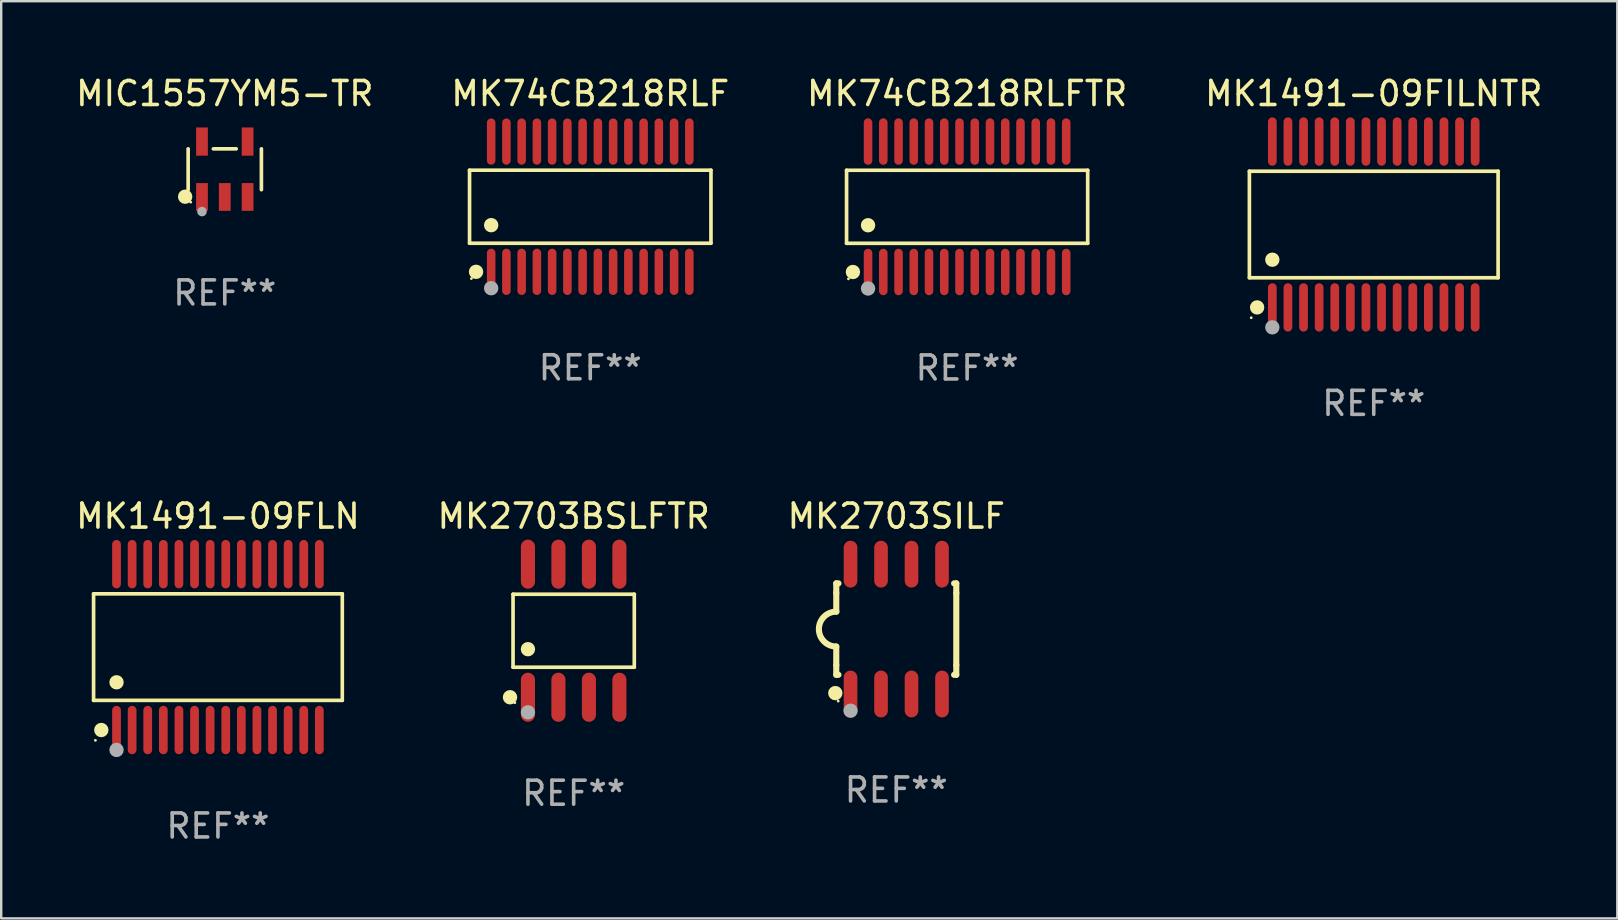
<source format=kicad_pcb>
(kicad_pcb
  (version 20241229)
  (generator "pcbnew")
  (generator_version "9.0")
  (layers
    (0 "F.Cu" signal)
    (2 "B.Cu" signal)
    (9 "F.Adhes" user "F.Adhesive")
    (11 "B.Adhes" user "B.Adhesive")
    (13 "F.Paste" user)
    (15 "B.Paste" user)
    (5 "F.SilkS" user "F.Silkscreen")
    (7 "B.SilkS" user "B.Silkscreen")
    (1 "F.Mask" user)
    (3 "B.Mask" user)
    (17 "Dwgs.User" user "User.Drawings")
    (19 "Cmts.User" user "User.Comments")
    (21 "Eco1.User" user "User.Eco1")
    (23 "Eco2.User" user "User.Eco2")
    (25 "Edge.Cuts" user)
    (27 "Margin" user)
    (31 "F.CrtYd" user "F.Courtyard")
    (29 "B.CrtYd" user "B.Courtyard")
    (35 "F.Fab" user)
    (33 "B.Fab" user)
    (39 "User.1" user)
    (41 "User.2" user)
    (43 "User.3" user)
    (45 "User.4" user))
  (footprint "MK74CB218RLFTR"
    (layer "F.Cu")
    (at 37.244 5.565)
    (property "Reference" "MK74CB218RLFTR" (at 0 -4.717 0) (layer "F.SilkS") (effects (font (size 1 1) (thickness 0.15))))
    (attr through_hole)
    (fp_line (start -5.023 -1.521) (end 5.023 -1.521) (stroke (width 0.152) (type solid)) (layer "F.SilkS"))
    (fp_line (start -5.023 1.521) (end -5.023 -1.521) (stroke (width 0.152) (type solid)) (layer "F.SilkS"))
    (fp_line (start 5.023 -1.521) (end 5.023 1.521) (stroke (width 0.152) (type solid)) (layer "F.SilkS"))
    (fp_line (start 5.023 1.521) (end -5.023 1.521) (stroke (width 0.152) (type solid)) (layer "F.SilkS"))
    (fp_circle (center -4.946 3.004) (end -4.916 3.004) (stroke (width 0.06) (type solid)) (fill no) (layer "F.SilkS"))
    (fp_circle (center -4.758 2.717) (end -4.608 2.717) (stroke (width 0.3) (type solid)) (fill no) (layer "F.SilkS"))
    (fp_circle (center -4.128 0.769) (end -3.977 0.769) (stroke (width 0.3) (type solid)) (fill no) (layer "F.SilkS"))
    (fp_circle (center -4.128 3.404) (end -3.977 3.404) (stroke (width 0.3) (type solid)) (fill no) (layer "F.Fab"))
    (fp_text user "REF**" (at 0 6.717 0) (layer "F.Fab") (effects (font (size 1 1) (thickness 0.15))))
    (pad "1" smd oval (at -4.128 2.717) (size 0.356 1.935) (layers "F.Cu" "F.Mask" "F.Paste"))
    (pad "2" smd oval (at -3.493 2.717) (size 0.356 1.935) (layers "F.Cu" "F.Mask" "F.Paste"))
    (pad "3" smd oval (at -2.858 2.717) (size 0.356 1.935) (layers "F.Cu" "F.Mask" "F.Paste"))
    (pad "4" smd oval (at -2.223 2.717) (size 0.356 1.935) (layers "F.Cu" "F.Mask" "F.Paste"))
    (pad "5" smd oval (at -1.588 2.717) (size 0.356 1.935) (layers "F.Cu" "F.Mask" "F.Paste"))
    (pad "6" smd oval (at -0.953 2.717) (size 0.356 1.935) (layers "F.Cu" "F.Mask" "F.Paste"))
    (pad "7" smd oval (at -0.318 2.717) (size 0.356 1.935) (layers "F.Cu" "F.Mask" "F.Paste"))
    (pad "8" smd oval (at 0.318 2.717) (size 0.356 1.935) (layers "F.Cu" "F.Mask" "F.Paste"))
    (pad "9" smd oval (at 0.953 2.717) (size 0.356 1.935) (layers "F.Cu" "F.Mask" "F.Paste"))
    (pad "10" smd oval (at 1.588 2.717) (size 0.356 1.935) (layers "F.Cu" "F.Mask" "F.Paste"))
    (pad "11" smd oval (at 2.223 2.717) (size 0.356 1.935) (layers "F.Cu" "F.Mask" "F.Paste"))
    (pad "12" smd oval (at 2.858 2.717) (size 0.356 1.935) (layers "F.Cu" "F.Mask" "F.Paste"))
    (pad "13" smd oval (at 3.493 2.717) (size 0.356 1.935) (layers "F.Cu" "F.Mask" "F.Paste"))
    (pad "14" smd oval (at 4.128 2.717) (size 0.356 1.935) (layers "F.Cu" "F.Mask" "F.Paste"))
    (pad "15" smd oval (at 4.128 -2.717) (size 0.356 1.935) (layers "F.Cu" "F.Mask" "F.Paste"))
    (pad "16" smd oval (at 3.493 -2.717) (size 0.356 1.935) (layers "F.Cu" "F.Mask" "F.Paste"))
    (pad "17" smd oval (at 2.858 -2.717) (size 0.356 1.935) (layers "F.Cu" "F.Mask" "F.Paste"))
    (pad "18" smd oval (at 2.223 -2.717) (size 0.356 1.935) (layers "F.Cu" "F.Mask" "F.Paste"))
    (pad "19" smd oval (at 1.588 -2.717) (size 0.356 1.935) (layers "F.Cu" "F.Mask" "F.Paste"))
    (pad "20" smd oval (at 0.953 -2.717) (size 0.356 1.935) (layers "F.Cu" "F.Mask" "F.Paste"))
    (pad "21" smd oval (at 0.318 -2.717) (size 0.356 1.935) (layers "F.Cu" "F.Mask" "F.Paste"))
    (pad "22" smd oval (at -0.318 -2.717) (size 0.356 1.935) (layers "F.Cu" "F.Mask" "F.Paste"))
    (pad "23" smd oval (at -0.953 -2.717) (size 0.356 1.935) (layers "F.Cu" "F.Mask" "F.Paste"))
    (pad "24" smd oval (at -1.588 -2.717) (size 0.356 1.935) (layers "F.Cu" "F.Mask" "F.Paste"))
    (pad "25" smd oval (at -2.223 -2.717) (size 0.356 1.935) (layers "F.Cu" "F.Mask" "F.Paste"))
    (pad "26" smd oval (at -2.858 -2.717) (size 0.356 1.935) (layers "F.Cu" "F.Mask" "F.Paste"))
    (pad "27" smd oval (at -3.493 -2.717) (size 0.356 1.935) (layers "F.Cu" "F.Mask" "F.Paste"))
    (pad "28" smd oval (at -4.128 -2.717) (size 0.356 1.935) (layers "F.Cu" "F.Mask" "F.Paste")))
  (footprint "MK1491-09FLN"
    (layer "F.Cu")
    (at 6.03 23.91)
    (property "Reference" "MK1491-09FLN" (at 0 -5.455 0) (layer "F.SilkS") (effects (font (size 1 1) (thickness 0.15))))
    (attr through_hole)
    (fp_line (start -5.181 -2.219) (end 5.181 -2.219) (stroke (width 0.152) (type solid)) (layer "F.SilkS"))
    (fp_line (start -5.181 2.219) (end -5.181 -2.219) (stroke (width 0.152) (type solid)) (layer "F.SilkS"))
    (fp_line (start 5.181 -2.219) (end 5.181 2.219) (stroke (width 0.152) (type solid)) (layer "F.SilkS"))
    (fp_line (start 5.181 2.219) (end -5.181 2.219) (stroke (width 0.152) (type solid)) (layer "F.SilkS"))
    (fp_circle (center -5.105 3.885) (end -5.075 3.885) (stroke (width 0.06) (type solid)) (fill no) (layer "F.SilkS"))
    (fp_circle (center -4.859 3.455) (end -4.709 3.455) (stroke (width 0.3) (type solid)) (fill no) (layer "F.SilkS"))
    (fp_circle (center -4.225 1.467) (end -4.075 1.467) (stroke (width 0.3) (type solid)) (fill no) (layer "F.SilkS"))
    (fp_circle (center -4.225 4.285) (end -4.075 4.285) (stroke (width 0.3) (type solid)) (fill no) (layer "F.Fab"))
    (fp_text user "REF**" (at 0 7.455 0) (layer "F.Fab") (effects (font (size 1 1) (thickness 0.15))))
    (pad "1" smd oval (at -4.225 3.455) (size 0.364 2.015) (layers "F.Cu" "F.Mask" "F.Paste"))
    (pad "2" smd oval (at -3.575 3.455) (size 0.364 2.015) (layers "F.Cu" "F.Mask" "F.Paste"))
    (pad "3" smd oval (at -2.925 3.455) (size 0.364 2.015) (layers "F.Cu" "F.Mask" "F.Paste"))
    (pad "4" smd oval (at -2.275 3.455) (size 0.364 2.015) (layers "F.Cu" "F.Mask" "F.Paste"))
    (pad "5" smd oval (at -1.625 3.455) (size 0.364 2.015) (layers "F.Cu" "F.Mask" "F.Paste"))
    (pad "6" smd oval (at -0.975 3.455) (size 0.364 2.015) (layers "F.Cu" "F.Mask" "F.Paste"))
    (pad "7" smd oval (at -0.325 3.455) (size 0.364 2.015) (layers "F.Cu" "F.Mask" "F.Paste"))
    (pad "8" smd oval (at 0.325 3.455) (size 0.364 2.015) (layers "F.Cu" "F.Mask" "F.Paste"))
    (pad "9" smd oval (at 0.975 3.455) (size 0.364 2.015) (layers "F.Cu" "F.Mask" "F.Paste"))
    (pad "10" smd oval (at 1.625 3.455) (size 0.364 2.015) (layers "F.Cu" "F.Mask" "F.Paste"))
    (pad "11" smd oval (at 2.275 3.455) (size 0.364 2.015) (layers "F.Cu" "F.Mask" "F.Paste"))
    (pad "12" smd oval (at 2.925 3.455) (size 0.364 2.015) (layers "F.Cu" "F.Mask" "F.Paste"))
    (pad "13" smd oval (at 3.575 3.455) (size 0.364 2.015) (layers "F.Cu" "F.Mask" "F.Paste"))
    (pad "14" smd oval (at 4.225 3.455) (size 0.364 2.015) (layers "F.Cu" "F.Mask" "F.Paste"))
    (pad "15" smd oval (at 4.225 -3.455) (size 0.364 2.015) (layers "F.Cu" "F.Mask" "F.Paste"))
    (pad "16" smd oval (at 3.575 -3.455) (size 0.364 2.015) (layers "F.Cu" "F.Mask" "F.Paste"))
    (pad "17" smd oval (at 2.925 -3.455) (size 0.364 2.015) (layers "F.Cu" "F.Mask" "F.Paste"))
    (pad "18" smd oval (at 2.275 -3.455) (size 0.364 2.015) (layers "F.Cu" "F.Mask" "F.Paste"))
    (pad "19" smd oval (at 1.625 -3.455) (size 0.364 2.015) (layers "F.Cu" "F.Mask" "F.Paste"))
    (pad "20" smd oval (at 0.975 -3.455) (size 0.364 2.015) (layers "F.Cu" "F.Mask" "F.Paste"))
    (pad "21" smd oval (at 0.325 -3.455) (size 0.364 2.015) (layers "F.Cu" "F.Mask" "F.Paste"))
    (pad "22" smd oval (at -0.325 -3.455) (size 0.364 2.015) (layers "F.Cu" "F.Mask" "F.Paste"))
    (pad "23" smd oval (at -0.975 -3.455) (size 0.364 2.015) (layers "F.Cu" "F.Mask" "F.Paste"))
    (pad "24" smd oval (at -1.625 -3.455) (size 0.364 2.015) (layers "F.Cu" "F.Mask" "F.Paste"))
    (pad "25" smd oval (at -2.275 -3.455) (size 0.364 2.015) (layers "F.Cu" "F.Mask" "F.Paste"))
    (pad "26" smd oval (at -2.925 -3.455) (size 0.364 2.015) (layers "F.Cu" "F.Mask" "F.Paste"))
    (pad "27" smd oval (at -3.575 -3.455) (size 0.364 2.015) (layers "F.Cu" "F.Mask" "F.Paste"))
    (pad "28" smd oval (at -4.225 -3.455) (size 0.364 2.015) (layers "F.Cu" "F.Mask" "F.Paste")))
  (footprint "MK74CB218RLF"
    (layer "F.Cu")
    (at 21.542 5.562)
    (property "Reference" "MK74CB218RLF" (at 0 -4.713 0) (layer "F.SilkS") (effects (font (size 1 1) (thickness 0.15))))
    (attr through_hole)
    (fp_line (start -5.029 -1.521) (end 5.029 -1.521) (stroke (width 0.152) (type solid)) (layer "F.SilkS"))
    (fp_line (start -5.029 1.521) (end -5.029 -1.521) (stroke (width 0.152) (type solid)) (layer "F.SilkS"))
    (fp_line (start 5.029 -1.521) (end 5.029 1.521) (stroke (width 0.152) (type solid)) (layer "F.SilkS"))
    (fp_line (start 5.029 1.521) (end -5.029 1.521) (stroke (width 0.152) (type solid)) (layer "F.SilkS"))
    (fp_circle (center -4.953 2.995) (end -4.923 2.995) (stroke (width 0.06) (type solid)) (fill no) (layer "F.SilkS"))
    (fp_circle (center -4.758 2.713) (end -4.608 2.713) (stroke (width 0.3) (type solid)) (fill no) (layer "F.SilkS"))
    (fp_circle (center -4.128 0.769) (end -3.977 0.769) (stroke (width 0.3) (type solid)) (fill no) (layer "F.SilkS"))
    (fp_circle (center -4.128 3.395) (end -3.977 3.395) (stroke (width 0.3) (type solid)) (fill no) (layer "F.Fab"))
    (fp_text user "REF**" (at 0 6.713 0) (layer "F.Fab") (effects (font (size 1 1) (thickness 0.15))))
    (pad "1" smd oval (at -4.128 2.713) (size 0.356 1.927) (layers "F.Cu" "F.Mask" "F.Paste"))
    (pad "2" smd oval (at -3.493 2.713) (size 0.356 1.927) (layers "F.Cu" "F.Mask" "F.Paste"))
    (pad "3" smd oval (at -2.858 2.713) (size 0.356 1.927) (layers "F.Cu" "F.Mask" "F.Paste"))
    (pad "4" smd oval (at -2.223 2.713) (size 0.356 1.927) (layers "F.Cu" "F.Mask" "F.Paste"))
    (pad "5" smd oval (at -1.588 2.713) (size 0.356 1.927) (layers "F.Cu" "F.Mask" "F.Paste"))
    (pad "6" smd oval (at -0.953 2.713) (size 0.356 1.927) (layers "F.Cu" "F.Mask" "F.Paste"))
    (pad "7" smd oval (at -0.318 2.713) (size 0.356 1.927) (layers "F.Cu" "F.Mask" "F.Paste"))
    (pad "8" smd oval (at 0.318 2.713) (size 0.356 1.927) (layers "F.Cu" "F.Mask" "F.Paste"))
    (pad "9" smd oval (at 0.953 2.713) (size 0.356 1.927) (layers "F.Cu" "F.Mask" "F.Paste"))
    (pad "10" smd oval (at 1.588 2.713) (size 0.356 1.927) (layers "F.Cu" "F.Mask" "F.Paste"))
    (pad "11" smd oval (at 2.223 2.713) (size 0.356 1.927) (layers "F.Cu" "F.Mask" "F.Paste"))
    (pad "12" smd oval (at 2.858 2.713) (size 0.356 1.927) (layers "F.Cu" "F.Mask" "F.Paste"))
    (pad "13" smd oval (at 3.493 2.713) (size 0.356 1.927) (layers "F.Cu" "F.Mask" "F.Paste"))
    (pad "14" smd oval (at 4.128 2.713) (size 0.356 1.927) (layers "F.Cu" "F.Mask" "F.Paste"))
    (pad "15" smd oval (at 4.128 -2.713) (size 0.356 1.927) (layers "F.Cu" "F.Mask" "F.Paste"))
    (pad "16" smd oval (at 3.493 -2.713) (size 0.356 1.927) (layers "F.Cu" "F.Mask" "F.Paste"))
    (pad "17" smd oval (at 2.858 -2.713) (size 0.356 1.927) (layers "F.Cu" "F.Mask" "F.Paste"))
    (pad "18" smd oval (at 2.223 -2.713) (size 0.356 1.927) (layers "F.Cu" "F.Mask" "F.Paste"))
    (pad "19" smd oval (at 1.588 -2.713) (size 0.356 1.927) (layers "F.Cu" "F.Mask" "F.Paste"))
    (pad "20" smd oval (at 0.953 -2.713) (size 0.356 1.927) (layers "F.Cu" "F.Mask" "F.Paste"))
    (pad "21" smd oval (at 0.318 -2.713) (size 0.356 1.927) (layers "F.Cu" "F.Mask" "F.Paste"))
    (pad "22" smd oval (at -0.318 -2.713) (size 0.356 1.927) (layers "F.Cu" "F.Mask" "F.Paste"))
    (pad "23" smd oval (at -0.953 -2.713) (size 0.356 1.927) (layers "F.Cu" "F.Mask" "F.Paste"))
    (pad "24" smd oval (at -1.588 -2.713) (size 0.356 1.927) (layers "F.Cu" "F.Mask" "F.Paste"))
    (pad "25" smd oval (at -2.223 -2.713) (size 0.356 1.927) (layers "F.Cu" "F.Mask" "F.Paste"))
    (pad "26" smd oval (at -2.858 -2.713) (size 0.356 1.927) (layers "F.Cu" "F.Mask" "F.Paste"))
    (pad "27" smd oval (at -3.493 -2.713) (size 0.356 1.927) (layers "F.Cu" "F.Mask" "F.Paste"))
    (pad "28" smd oval (at -4.128 -2.713) (size 0.356 1.927) (layers "F.Cu" "F.Mask" "F.Paste")))
  (footprint "MK2703SILF"
    (layer "F.Cu")
    (at 34.292 23.16)
    (property "Reference" "MK2703SILF" (at 0 -4.705 0) (layer "F.SilkS") (effects (font (size 1 1) (thickness 0.15))))
    (attr through_hole)
    (fp_line (start -2.5 -1.905) (end -2.409 -1.905) (stroke (width 0.254) (type solid)) (layer "F.SilkS"))
    (fp_line (start -2.5 -1.5) (end -2.5 -1.905) (stroke (width 0.254) (type solid)) (layer "F.SilkS"))
    (fp_line (start -2.5 -1.5) (end -2.5 -0.726) (stroke (width 0.254) (type solid)) (layer "F.SilkS"))
    (fp_line (start -2.5 1.5) (end -2.5 0.727) (stroke (width 0.254) (type solid)) (layer "F.SilkS"))
    (fp_line (start -2.5 1.5) (end -2.5 1.905) (stroke (width 0.254) (type solid)) (layer "F.SilkS"))
    (fp_line (start -2.5 1.905) (end -2.409 1.905) (stroke (width 0.254) (type solid)) (layer "F.SilkS"))
    (fp_line (start 2.5 -1.905) (end 2.409 -1.905) (stroke (width 0.254) (type solid)) (layer "F.SilkS"))
    (fp_line (start 2.5 -1.5) (end 2.5 -1.905) (stroke (width 0.254) (type solid)) (layer "F.SilkS"))
    (fp_line (start 2.5 -1.5) (end 2.5 1.5) (stroke (width 0.254) (type solid)) (layer "F.SilkS"))
    (fp_line (start 2.5 1.5) (end 2.5 1.905) (stroke (width 0.254) (type solid)) (layer "F.SilkS"))
    (fp_line (start 2.5 1.905) (end 2.409 1.905) (stroke (width 0.254) (type solid)) (layer "F.SilkS"))
    (fp_arc (start -2.5 0.726568) (mid -3.220316 -0.0023) (end -2.495097 -0.726289) (stroke (width 0.254001) (type solid)) (layer "F.SilkS"))
    (fp_circle (center -2.54 2.667) (end -2.39 2.667) (stroke (width 0.3) (type solid)) (fill no) (layer "F.SilkS"))
    (fp_circle (center -2.42 3) (end -2.39 3) (stroke (width 0.06) (type solid)) (fill no) (layer "F.SilkS"))
    (fp_circle (center -1.905 3.4) (end -1.755 3.4) (stroke (width 0.3) (type solid)) (fill no) (layer "F.Fab"))
    (fp_text user "REF**" (at 0 6.705 0) (layer "F.Fab") (effects (font (size 1 1) (thickness 0.15))))
    (pad "1" smd oval (at -1.905 2.705) (size 0.568 1.95) (layers "F.Cu" "F.Mask" "F.Paste"))
    (pad "2" smd oval (at -0.635 2.705) (size 0.568 1.95) (layers "F.Cu" "F.Mask" "F.Paste"))
    (pad "3" smd oval (at 0.635 2.705) (size 0.568 1.95) (layers "F.Cu" "F.Mask" "F.Paste"))
    (pad "4" smd oval (at 1.905 2.705) (size 0.568 1.95) (layers "F.Cu" "F.Mask" "F.Paste"))
    (pad "5" smd oval (at 1.905 -2.705) (size 0.568 1.95) (layers "F.Cu" "F.Mask" "F.Paste"))
    (pad "6" smd oval (at 0.635 -2.705) (size 0.568 1.95) (layers "F.Cu" "F.Mask" "F.Paste"))
    (pad "7" smd oval (at -0.635 -2.705) (size 0.568 1.95) (layers "F.Cu" "F.Mask" "F.Paste"))
    (pad "8" smd oval (at -1.905 -2.705) (size 0.568 1.95) (layers "F.Cu" "F.Mask" "F.Paste")))
  (footprint "MK1491-09FILNTR"
    (layer "F.Cu")
    (at 54.185 6.303)
    (property "Reference" "MK1491-09FILNTR" (at 0 -5.455 0) (layer "F.SilkS") (effects (font (size 1 1) (thickness 0.15))))
    (attr through_hole)
    (fp_line (start -5.181 -2.219) (end 5.181 -2.219) (stroke (width 0.152) (type solid)) (layer "F.SilkS"))
    (fp_line (start -5.181 2.219) (end -5.181 -2.219) (stroke (width 0.152) (type solid)) (layer "F.SilkS"))
    (fp_line (start 5.181 -2.219) (end 5.181 2.219) (stroke (width 0.152) (type solid)) (layer "F.SilkS"))
    (fp_line (start 5.181 2.219) (end -5.181 2.219) (stroke (width 0.152) (type solid)) (layer "F.SilkS"))
    (fp_circle (center -5.105 3.885) (end -5.075 3.885) (stroke (width 0.06) (type solid)) (fill no) (layer "F.SilkS"))
    (fp_circle (center -4.859 3.455) (end -4.709 3.455) (stroke (width 0.3) (type solid)) (fill no) (layer "F.SilkS"))
    (fp_circle (center -4.225 1.467) (end -4.075 1.467) (stroke (width 0.3) (type solid)) (fill no) (layer "F.SilkS"))
    (fp_circle (center -4.225 4.285) (end -4.075 4.285) (stroke (width 0.3) (type solid)) (fill no) (layer "F.Fab"))
    (fp_text user "REF**" (at 0 7.455 0) (layer "F.Fab") (effects (font (size 1 1) (thickness 0.15))))
    (pad "1" smd oval (at -4.225 3.455) (size 0.364 2.015) (layers "F.Cu" "F.Mask" "F.Paste"))
    (pad "2" smd oval (at -3.575 3.455) (size 0.364 2.015) (layers "F.Cu" "F.Mask" "F.Paste"))
    (pad "3" smd oval (at -2.925 3.455) (size 0.364 2.015) (layers "F.Cu" "F.Mask" "F.Paste"))
    (pad "4" smd oval (at -2.275 3.455) (size 0.364 2.015) (layers "F.Cu" "F.Mask" "F.Paste"))
    (pad "5" smd oval (at -1.625 3.455) (size 0.364 2.015) (layers "F.Cu" "F.Mask" "F.Paste"))
    (pad "6" smd oval (at -0.975 3.455) (size 0.364 2.015) (layers "F.Cu" "F.Mask" "F.Paste"))
    (pad "7" smd oval (at -0.325 3.455) (size 0.364 2.015) (layers "F.Cu" "F.Mask" "F.Paste"))
    (pad "8" smd oval (at 0.325 3.455) (size 0.364 2.015) (layers "F.Cu" "F.Mask" "F.Paste"))
    (pad "9" smd oval (at 0.975 3.455) (size 0.364 2.015) (layers "F.Cu" "F.Mask" "F.Paste"))
    (pad "10" smd oval (at 1.625 3.455) (size 0.364 2.015) (layers "F.Cu" "F.Mask" "F.Paste"))
    (pad "11" smd oval (at 2.275 3.455) (size 0.364 2.015) (layers "F.Cu" "F.Mask" "F.Paste"))
    (pad "12" smd oval (at 2.925 3.455) (size 0.364 2.015) (layers "F.Cu" "F.Mask" "F.Paste"))
    (pad "13" smd oval (at 3.575 3.455) (size 0.364 2.015) (layers "F.Cu" "F.Mask" "F.Paste"))
    (pad "14" smd oval (at 4.225 3.455) (size 0.364 2.015) (layers "F.Cu" "F.Mask" "F.Paste"))
    (pad "15" smd oval (at 4.225 -3.455) (size 0.364 2.015) (layers "F.Cu" "F.Mask" "F.Paste"))
    (pad "16" smd oval (at 3.575 -3.455) (size 0.364 2.015) (layers "F.Cu" "F.Mask" "F.Paste"))
    (pad "17" smd oval (at 2.925 -3.455) (size 0.364 2.015) (layers "F.Cu" "F.Mask" "F.Paste"))
    (pad "18" smd oval (at 2.275 -3.455) (size 0.364 2.015) (layers "F.Cu" "F.Mask" "F.Paste"))
    (pad "19" smd oval (at 1.625 -3.455) (size 0.364 2.015) (layers "F.Cu" "F.Mask" "F.Paste"))
    (pad "20" smd oval (at 0.975 -3.455) (size 0.364 2.015) (layers "F.Cu" "F.Mask" "F.Paste"))
    (pad "21" smd oval (at 0.325 -3.455) (size 0.364 2.015) (layers "F.Cu" "F.Mask" "F.Paste"))
    (pad "22" smd oval (at -0.325 -3.455) (size 0.364 2.015) (layers "F.Cu" "F.Mask" "F.Paste"))
    (pad "23" smd oval (at -0.975 -3.455) (size 0.364 2.015) (layers "F.Cu" "F.Mask" "F.Paste"))
    (pad "24" smd oval (at -1.625 -3.455) (size 0.364 2.015) (layers "F.Cu" "F.Mask" "F.Paste"))
    (pad "25" smd oval (at -2.275 -3.455) (size 0.364 2.015) (layers "F.Cu" "F.Mask" "F.Paste"))
    (pad "26" smd oval (at -2.925 -3.455) (size 0.364 2.015) (layers "F.Cu" "F.Mask" "F.Paste"))
    (pad "27" smd oval (at -3.575 -3.455) (size 0.364 2.015) (layers "F.Cu" "F.Mask" "F.Paste"))
    (pad "28" smd oval (at -4.225 -3.455) (size 0.364 2.015) (layers "F.Cu" "F.Mask" "F.Paste")))
  (footprint "MIC1557YM5-TR"
    (layer "F.Cu")
    (at 6.315 4.002)
    (property "Reference" "MIC1557YM5-TR" (at 0 -3.154 0) (layer "F.SilkS") (effects (font (size 1 1) (thickness 0.15))))
    (attr through_hole)
    (fp_line (start -1.526 0.851) (end -1.526 -0.851) (stroke (width 0.152) (type solid)) (layer "F.SilkS"))
    (fp_line (start 0.476 -0.851) (end -0.476 -0.851) (stroke (width 0.152) (type solid)) (layer "F.SilkS"))
    (fp_line (start 1.526 0.851) (end 1.526 -0.851) (stroke (width 0.152) (type solid)) (layer "F.SilkS"))
    (fp_circle (center -1.651 1.143) (end -1.501 1.143) (stroke (width 0.3) (type solid)) (fill no) (layer "F.SilkS"))
    (fp_circle (center -1.42 1.37) (end -1.39 1.37) (stroke (width 0.06) (type solid)) (fill no) (layer "F.SilkS"))
    (fp_circle (center -0.95 1.763) (end -0.85 1.763) (stroke (width 0.2) (type solid)) (fill no) (layer "F.Fab"))
    (fp_text user "REF**" (at 0 5.154 0) (layer "F.Fab") (effects (font (size 1 1) (thickness 0.15))))
    (pad "1" smd rect (at -0.95 1.154) (size 0.49 1.157) (layers "F.Cu" "F.Mask" "F.Paste"))
    (pad "2" smd rect (at 0 1.154) (size 0.49 1.157) (layers "F.Cu" "F.Mask" "F.Paste"))
    (pad "3" smd rect (at 0.95 1.154) (size 0.49 1.157) (layers "F.Cu" "F.Mask" "F.Paste"))
    (pad "4" smd rect (at 0.95 -1.154) (size 0.49 1.175) (layers "F.Cu" "F.Mask" "F.Paste"))
    (pad "5" smd rect (at -0.95 -1.154) (size 0.49 1.175) (layers "F.Cu" "F.Mask" "F.Paste")))
  (footprint "MK2703BSLFTR"
    (layer "F.Cu")
    (at 20.851 23.228)
    (property "Reference" "MK2703BSLFTR" (at 0 -4.772 0) (layer "F.SilkS") (effects (font (size 1 1) (thickness 0.15))))
    (attr through_hole)
    (fp_line (start -2.526 -1.521) (end 2.526 -1.521) (stroke (width 0.152) (type solid)) (layer "F.SilkS"))
    (fp_line (start -2.526 1.521) (end -2.526 -1.521) (stroke (width 0.152) (type solid)) (layer "F.SilkS"))
    (fp_line (start 2.526 -1.521) (end 2.526 1.521) (stroke (width 0.152) (type solid)) (layer "F.SilkS"))
    (fp_line (start 2.526 1.521) (end -2.526 1.521) (stroke (width 0.152) (type solid)) (layer "F.SilkS"))
    (fp_circle (center -2.652 2.772) (end -2.501 2.772) (stroke (width 0.3) (type solid)) (fill no) (layer "F.SilkS"))
    (fp_circle (center -2.45 3) (end -2.42 3) (stroke (width 0.06) (type solid)) (fill no) (layer "F.SilkS"))
    (fp_circle (center -1.905 0.769) (end -1.755 0.769) (stroke (width 0.3) (type solid)) (fill no) (layer "F.SilkS"))
    (fp_circle (center -1.905 3.4) (end -1.755 3.4) (stroke (width 0.3) (type solid)) (fill no) (layer "F.Fab"))
    (fp_text user "REF**" (at 0 6.772 0) (layer "F.Fab") (effects (font (size 1 1) (thickness 0.15))))
    (pad "1" smd oval (at -1.905 2.772) (size 0.588 2.045) (layers "F.Cu" "F.Mask" "F.Paste"))
    (pad "2" smd oval (at -0.635 2.772) (size 0.588 2.045) (layers "F.Cu" "F.Mask" "F.Paste"))
    (pad "3" smd oval (at 0.635 2.772) (size 0.588 2.045) (layers "F.Cu" "F.Mask" "F.Paste"))
    (pad "4" smd oval (at 1.905 2.772) (size 0.588 2.045) (layers "F.Cu" "F.Mask" "F.Paste"))
    (pad "5" smd oval (at 1.905 -2.772) (size 0.588 2.045) (layers "F.Cu" "F.Mask" "F.Paste"))
    (pad "6" smd oval (at 0.635 -2.772) (size 0.588 2.045) (layers "F.Cu" "F.Mask" "F.Paste"))
    (pad "7" smd oval (at -0.635 -2.772) (size 0.588 2.045) (layers "F.Cu" "F.Mask" "F.Paste"))
    (pad "8" smd oval (at -1.905 -2.772) (size 0.588 2.045) (layers "F.Cu" "F.Mask" "F.Paste")))
  (gr_rect
    (start -3 -3)
    (end 64.333 35.214)
    (stroke (width 0.1) (type default))
    (fill no)
    (layer "Edge.Cuts")))
</source>
